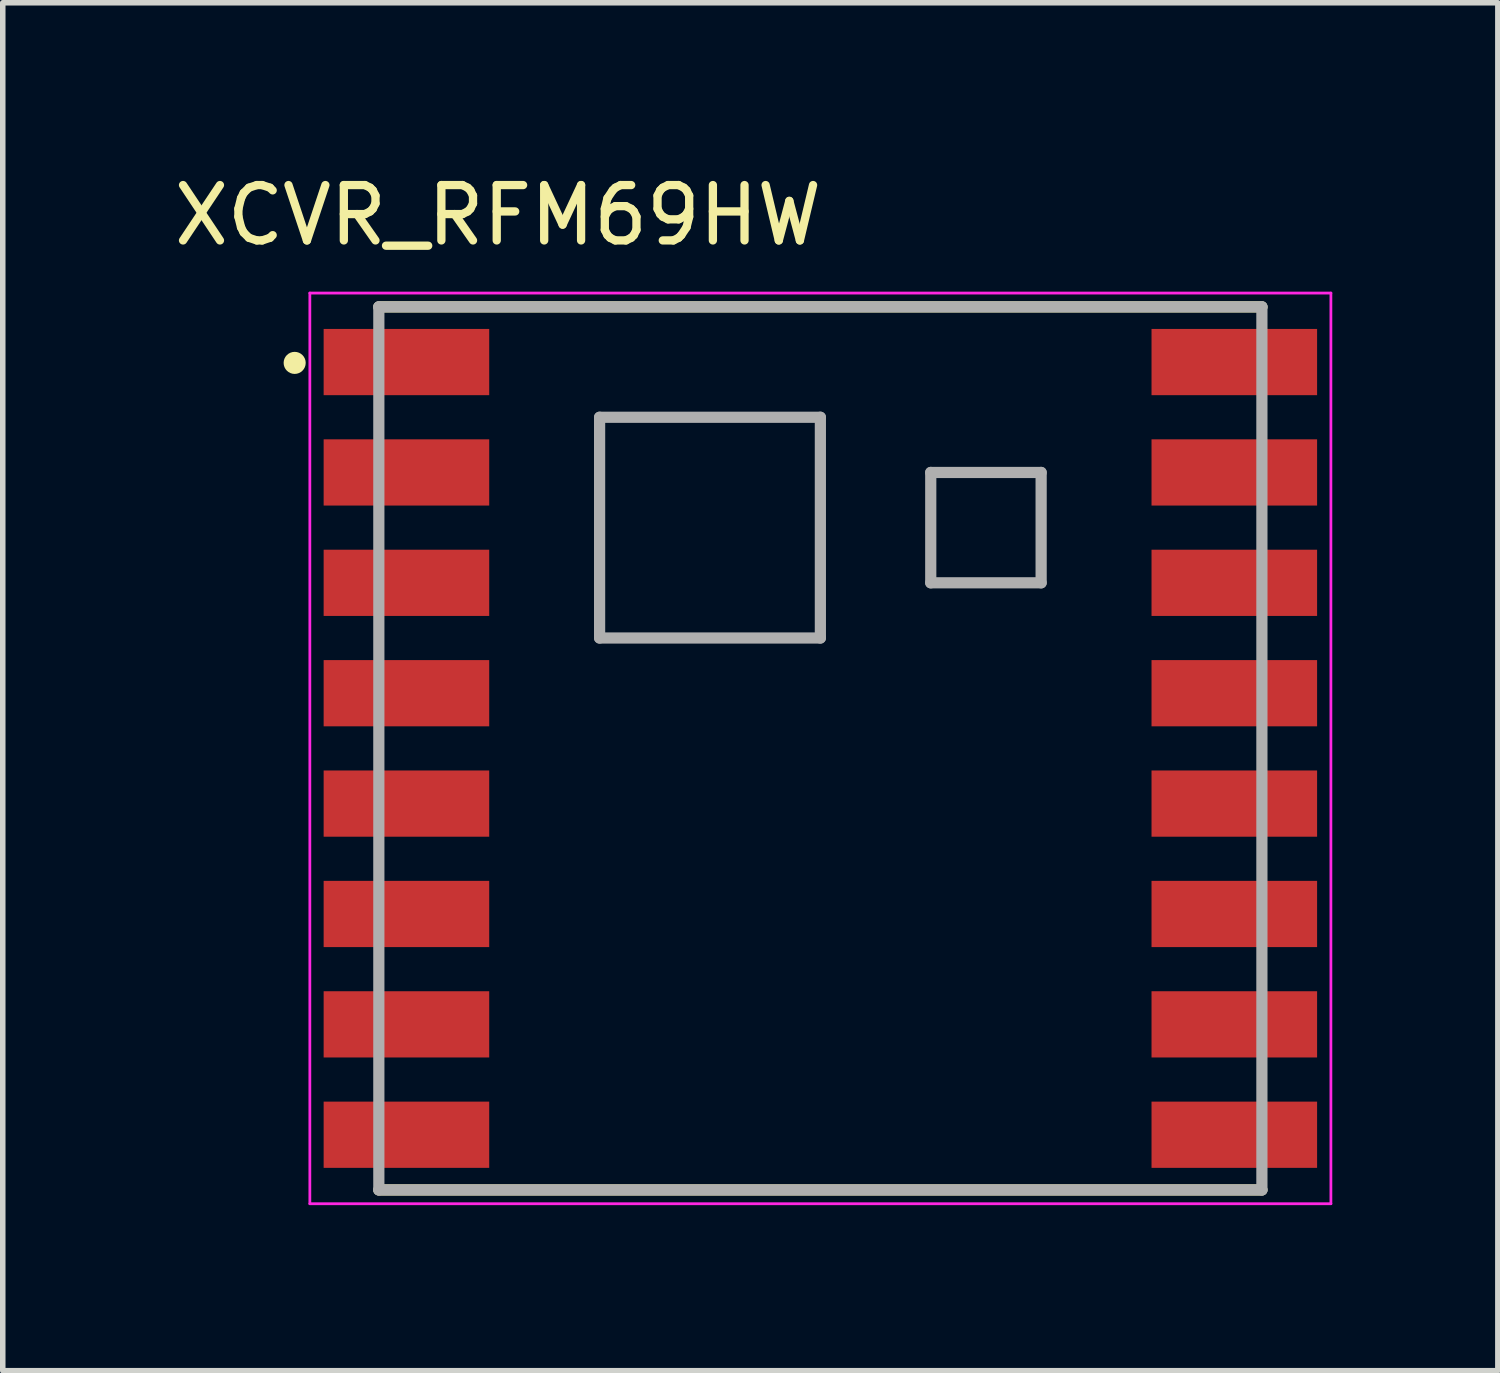
<source format=kicad_pcb>
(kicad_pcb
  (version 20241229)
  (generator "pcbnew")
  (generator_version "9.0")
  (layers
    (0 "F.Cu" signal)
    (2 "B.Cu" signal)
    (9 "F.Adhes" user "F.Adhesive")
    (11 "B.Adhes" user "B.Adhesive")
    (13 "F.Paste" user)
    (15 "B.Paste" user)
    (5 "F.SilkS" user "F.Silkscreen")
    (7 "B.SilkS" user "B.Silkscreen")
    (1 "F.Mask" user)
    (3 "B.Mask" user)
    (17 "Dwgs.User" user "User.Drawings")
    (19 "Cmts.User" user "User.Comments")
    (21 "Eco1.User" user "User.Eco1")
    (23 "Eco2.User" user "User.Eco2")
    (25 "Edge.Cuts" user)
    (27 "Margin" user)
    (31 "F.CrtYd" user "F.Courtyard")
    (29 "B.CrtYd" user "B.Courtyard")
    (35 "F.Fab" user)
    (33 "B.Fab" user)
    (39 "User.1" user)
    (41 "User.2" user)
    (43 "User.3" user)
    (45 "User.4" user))
  (footprint "XCVR_RFM69HW"
    (layer "F.Cu")
    (at 11.814 10.51)
    (property "Reference" "XCVR_RFM69HW" (at -5.84 -9.66 0) (layer "F.SilkS") (effects (font (size 1.003 1.003) (thickness 0.15))))
    (attr through_hole)
    (fp_line (start -8 -8) (end 8 -8) (stroke (width 0.203) (type solid)) (layer "F.SilkS"))
    (fp_line (start 8 8) (end -8 8) (stroke (width 0.203) (type solid)) (layer "F.SilkS"))
    (fp_circle (center -9.525 -6.985) (end -9.425 -6.985) (stroke (width 0.2) (type solid)) (fill no) (layer "F.SilkS"))
    (fp_line (start -9.25 -8.25) (end -9.25 8.25) (stroke (width 0.05) (type solid)) (layer "F.CrtYd"))
    (fp_line (start -9.25 8.25) (end 9.25 8.25) (stroke (width 0.05) (type solid)) (layer "F.CrtYd"))
    (fp_line (start 9.25 -8.25) (end -9.25 -8.25) (stroke (width 0.05) (type solid)) (layer "F.CrtYd"))
    (fp_line (start 9.25 8.25) (end 9.25 -8.25) (stroke (width 0.05) (type solid)) (layer "F.CrtYd"))
    (fp_line (start -8 -8) (end 8 -8) (stroke (width 0.203) (type solid)) (layer "F.Fab"))
    (fp_line (start -8 8) (end -8 -8) (stroke (width 0.203) (type solid)) (layer "F.Fab"))
    (fp_line (start -4 -6) (end -4 -2) (stroke (width 0.203) (type solid)) (layer "F.Fab"))
    (fp_line (start -4 -2) (end 0 -2) (stroke (width 0.203) (type solid)) (layer "F.Fab"))
    (fp_line (start 0 -6) (end -4 -6) (stroke (width 0.203) (type solid)) (layer "F.Fab"))
    (fp_line (start 0 -2) (end 0 -6) (stroke (width 0.203) (type solid)) (layer "F.Fab"))
    (fp_line (start 2 -3) (end 2 -5) (stroke (width 0.203) (type solid)) (layer "F.Fab"))
    (fp_line (start 4 -5) (end 2 -5) (stroke (width 0.203) (type solid)) (layer "F.Fab"))
    (fp_line (start 4 -3) (end 2 -3) (stroke (width 0.203) (type solid)) (layer "F.Fab"))
    (fp_line (start 4 -3) (end 4 -5) (stroke (width 0.203) (type solid)) (layer "F.Fab"))
    (fp_line (start 8 -8) (end 8 8) (stroke (width 0.203) (type solid)) (layer "F.Fab"))
    (fp_line (start 8 8) (end -8 8) (stroke (width 0.203) (type solid)) (layer "F.Fab"))
    (pad "1" smd rect (at -7.5 -7) (size 3 1.2) (layers "F.Cu" "F.Mask" "F.Paste"))
    (pad "2" smd rect (at -7.5 -5) (size 3 1.2) (layers "F.Cu" "F.Mask" "F.Paste"))
    (pad "3" smd rect (at -7.5 -3) (size 3 1.2) (layers "F.Cu" "F.Mask" "F.Paste"))
    (pad "4" smd rect (at -7.5 -1) (size 3 1.2) (layers "F.Cu" "F.Mask" "F.Paste"))
    (pad "5" smd rect (at -7.5 1) (size 3 1.2) (layers "F.Cu" "F.Mask" "F.Paste"))
    (pad "6" smd rect (at -7.5 3) (size 3 1.2) (layers "F.Cu" "F.Mask" "F.Paste"))
    (pad "7" smd rect (at -7.5 5) (size 3 1.2) (layers "F.Cu" "F.Mask" "F.Paste"))
    (pad "8" smd rect (at -7.5 7) (size 3 1.2) (layers "F.Cu" "F.Mask" "F.Paste"))
    (pad "9" smd rect (at 7.5 7) (size 3 1.2) (layers "F.Cu" "F.Mask" "F.Paste"))
    (pad "10" smd rect (at 7.5 5) (size 3 1.2) (layers "F.Cu" "F.Mask" "F.Paste"))
    (pad "11" smd rect (at 7.5 3) (size 3 1.2) (layers "F.Cu" "F.Mask" "F.Paste"))
    (pad "12" smd rect (at 7.5 1) (size 3 1.2) (layers "F.Cu" "F.Mask" "F.Paste"))
    (pad "13" smd rect (at 7.5 -1) (size 3 1.2) (layers "F.Cu" "F.Mask" "F.Paste"))
    (pad "14" smd rect (at 7.5 -3) (size 3 1.2) (layers "F.Cu" "F.Mask" "F.Paste"))
    (pad "15" smd rect (at 7.5 -5) (size 3 1.2) (layers "F.Cu" "F.Mask" "F.Paste"))
    (pad "16" smd rect (at 7.5 -7) (size 3 1.2) (layers "F.Cu" "F.Mask" "F.Paste")))
  (gr_rect
    (start -3 -3)
    (end 24.089 21.785)
    (stroke (width 0.1) (type default))
    (fill no)
    (layer "Edge.Cuts")))
</source>
